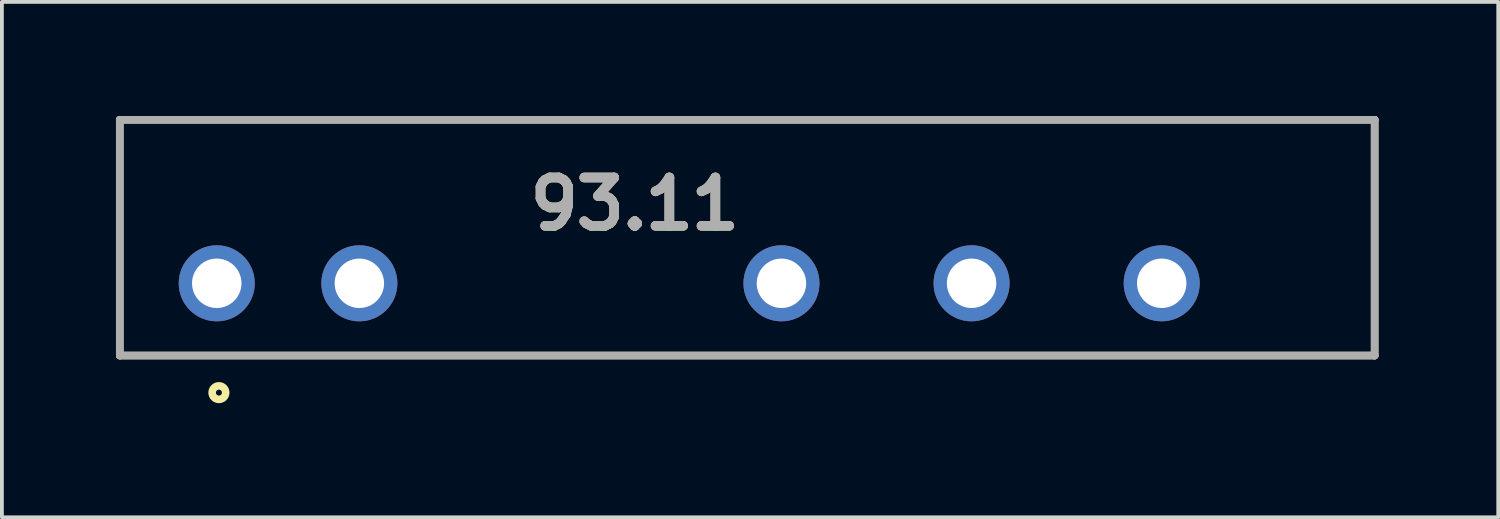
<source format=kicad_pcb>
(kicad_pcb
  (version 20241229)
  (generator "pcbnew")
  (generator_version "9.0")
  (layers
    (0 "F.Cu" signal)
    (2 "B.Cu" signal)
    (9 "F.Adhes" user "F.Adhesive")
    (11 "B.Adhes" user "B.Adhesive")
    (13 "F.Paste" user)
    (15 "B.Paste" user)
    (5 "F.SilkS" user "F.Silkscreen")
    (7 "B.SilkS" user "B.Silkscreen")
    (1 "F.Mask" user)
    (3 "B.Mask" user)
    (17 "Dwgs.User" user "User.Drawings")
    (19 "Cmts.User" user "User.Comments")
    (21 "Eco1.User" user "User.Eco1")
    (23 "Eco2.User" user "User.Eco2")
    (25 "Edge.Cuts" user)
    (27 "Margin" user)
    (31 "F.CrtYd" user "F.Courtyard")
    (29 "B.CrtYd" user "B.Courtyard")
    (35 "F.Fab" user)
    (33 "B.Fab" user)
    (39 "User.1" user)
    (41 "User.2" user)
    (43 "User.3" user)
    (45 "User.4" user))
  (footprint "93.11"
    (layer "F.Cu")
    (at 33.1 6.3)
    (property "Reference" "93.11" (at -19.455 -3.986 0) (layer "F.SilkS") (effects (font (size 1.27 1.27) (thickness 0.254))))
    (attr through_hole)
    (fp_line (start -33 -6.2) (end 0 -6.2) (stroke (width 0.2) (type solid)) (layer "F.SilkS"))
    (fp_line (start -33 0) (end -33 -6.2) (stroke (width 0.2) (type solid)) (layer "F.SilkS"))
    (fp_line (start 0 -6.2) (end 0 0) (stroke (width 0.2) (type solid)) (layer "F.SilkS"))
    (fp_line (start 0 0) (end -33 0) (stroke (width 0.2) (type solid)) (layer "F.SilkS"))
    (fp_circle (center -30.393 0.975) (end -30.393 1.153) (stroke (width 0.2) (type solid)) (fill no) (layer "F.SilkS"))
    (fp_line (start -33 -6.2) (end 0 -6.2) (stroke (width 0.2) (type solid)) (layer "F.Fab"))
    (fp_line (start -33 0) (end -33 -6.2) (stroke (width 0.2) (type solid)) (layer "F.Fab"))
    (fp_line (start 0 -6.2) (end 0 0) (stroke (width 0.2) (type solid)) (layer "F.Fab"))
    (fp_line (start 0 0) (end -33 0) (stroke (width 0.2) (type solid)) (layer "F.Fab"))
    (fp_text user "${REFERENCE}" (at -19.455 -3.986 0) (layer "F.Fab") (effects (font (size 1.27 1.27) (thickness 0.254))))
    (pad "1" thru_hole circle (at -30.45 -1.9) (size 2 2) (drill 1.3) (layers "*.Cu" "*.Mask"))
    (pad "2" thru_hole circle (at -26.7 -1.9) (size 2 2) (drill 1.3) (layers "*.Cu" "*.Mask"))
    (pad "3" thru_hole circle (at -15.6 -1.9) (size 2 2) (drill 1.3) (layers "*.Cu" "*.Mask"))
    (pad "4" thru_hole circle (at -10.6 -1.9) (size 2 2) (drill 1.3) (layers "*.Cu" "*.Mask"))
    (pad "5" thru_hole circle (at -5.6 -1.9) (size 2 2) (drill 1.3) (layers "*.Cu" "*.Mask")))
  (gr_rect
    (start -3 -3)
    (end 36.35 10.553)
    (stroke (width 0.1) (type default))
    (fill no)
    (layer "Edge.Cuts")))
</source>
